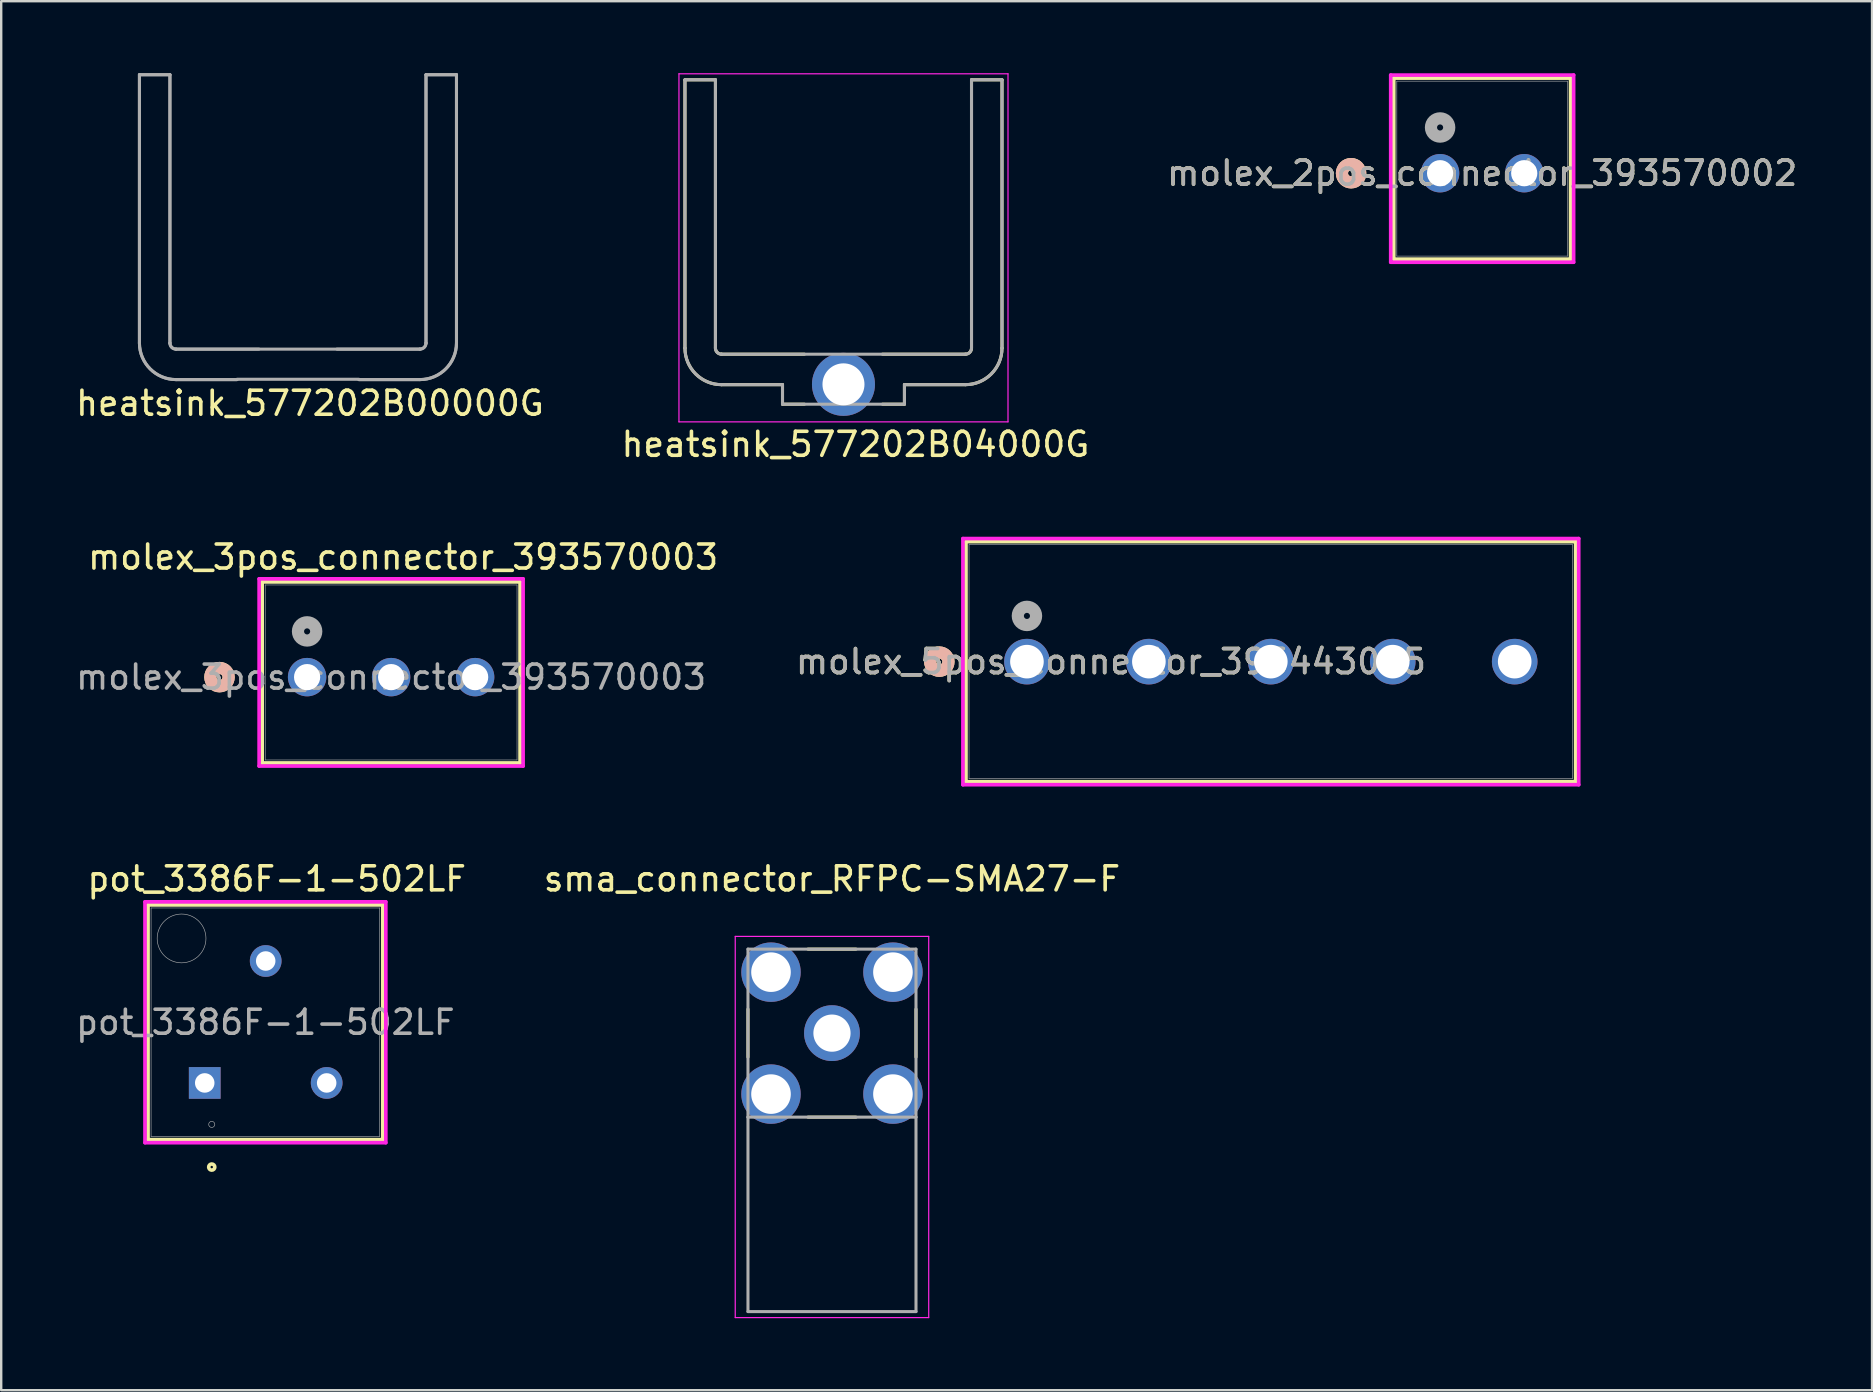
<source format=kicad_pcb>
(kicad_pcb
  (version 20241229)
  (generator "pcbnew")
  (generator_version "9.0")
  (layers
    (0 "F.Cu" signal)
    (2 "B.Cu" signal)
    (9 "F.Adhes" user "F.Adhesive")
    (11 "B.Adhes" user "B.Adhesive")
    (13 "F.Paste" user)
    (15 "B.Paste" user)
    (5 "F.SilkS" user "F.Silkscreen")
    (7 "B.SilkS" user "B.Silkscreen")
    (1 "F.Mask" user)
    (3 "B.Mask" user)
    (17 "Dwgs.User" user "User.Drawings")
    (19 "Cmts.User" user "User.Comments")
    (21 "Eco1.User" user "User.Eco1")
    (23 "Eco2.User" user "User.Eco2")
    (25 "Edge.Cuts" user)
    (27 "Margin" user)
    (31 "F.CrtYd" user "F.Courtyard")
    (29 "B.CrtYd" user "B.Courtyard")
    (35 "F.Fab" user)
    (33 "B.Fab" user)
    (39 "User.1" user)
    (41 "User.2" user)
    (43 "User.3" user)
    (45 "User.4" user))
  (footprint "heatsink_577202B04000G"
    (layer "F.Cu")
    (at 32.089 12.962)
    (property "Reference" "heatsink_577202B04000G" (at 0.5 2.5 0) (layer "F.SilkS") (effects (font (size 1 1) (thickness 0.15))))
    (attr through_hole)
    (fp_line (start -6.604 -12.687) (end -6.604 -1.511) (stroke (width 0.127) (type solid)) (layer "F.SilkS"))
    (fp_line (start -5.334 -12.687) (end -6.604 -12.687) (stroke (width 0.127) (type solid)) (layer "F.SilkS"))
    (fp_line (start -5.334 -1.511) (end -5.334 -12.687) (stroke (width 0.127) (type solid)) (layer "F.SilkS"))
    (fp_line (start -5.08 0.013) (end -2.54 0.013) (stroke (width 0.127) (type solid)) (layer "F.SilkS"))
    (fp_line (start -2.54 0.013) (end -2.54 0.826) (stroke (width 0.127) (type solid)) (layer "F.SilkS"))
    (fp_line (start -2.54 0.826) (end -1.626 0.826) (stroke (width 0.127) (type solid)) (layer "F.SilkS"))
    (fp_line (start -1.626 -1.257) (end -5.08 -1.257) (stroke (width 0.127) (type solid)) (layer "F.SilkS"))
    (fp_line (start 1.626 0.826) (end 2.54 0.826) (stroke (width 0.127) (type solid)) (layer "F.SilkS"))
    (fp_line (start 2.54 0.013) (end 5.08 0.013) (stroke (width 0.127) (type solid)) (layer "F.SilkS"))
    (fp_line (start 2.54 0.826) (end 2.54 0.013) (stroke (width 0.127) (type solid)) (layer "F.SilkS"))
    (fp_line (start 5.08 -1.257) (end 1.625 -1.257) (stroke (width 0.127) (type solid)) (layer "F.SilkS"))
    (fp_line (start 5.334 -12.687) (end 5.334 -1.511) (stroke (width 0.127) (type solid)) (layer "F.SilkS"))
    (fp_line (start 6.604 -12.687) (end 5.334 -12.687) (stroke (width 0.127) (type solid)) (layer "F.SilkS"))
    (fp_line (start 6.604 -1.511) (end 6.604 -12.687) (stroke (width 0.127) (type solid)) (layer "F.SilkS"))
    (fp_arc (start -5.08 -1.2573) (mid -5.259605 -1.331695) (end -5.334 -1.5113) (stroke (width 0.127) (type solid)) (layer "F.SilkS"))
    (fp_arc (start -5.08 0.0127) (mid -6.157631 -0.433669) (end -6.604 -1.5113) (stroke (width 0.127) (type solid)) (layer "F.SilkS"))
    (fp_arc (start 5.334 -1.5113) (mid 5.259605 -1.331695) (end 5.08 -1.2573) (stroke (width 0.127) (type solid)) (layer "F.SilkS"))
    (fp_arc (start 6.604 -1.5113) (mid 6.157631 -0.433669) (end 5.08 0.0127) (stroke (width 0.127) (type solid)) (layer "F.SilkS"))
    (fp_line (start -6.854 -12.937) (end -6.854 1.562) (stroke (width 0.05) (type solid)) (layer "F.CrtYd"))
    (fp_line (start -6.854 1.562) (end 6.854 1.562) (stroke (width 0.05) (type solid)) (layer "F.CrtYd"))
    (fp_line (start 6.854 -12.937) (end -6.854 -12.937) (stroke (width 0.05) (type solid)) (layer "F.CrtYd"))
    (fp_line (start 6.854 1.562) (end 6.854 -12.937) (stroke (width 0.05) (type solid)) (layer "F.CrtYd"))
    (fp_line (start -6.604 -12.687) (end -6.604 -1.511) (stroke (width 0.127) (type solid)) (layer "F.Fab"))
    (fp_line (start -5.334 -12.687) (end -6.604 -12.687) (stroke (width 0.127) (type solid)) (layer "F.Fab"))
    (fp_line (start -5.334 -1.511) (end -5.334 -12.687) (stroke (width 0.127) (type solid)) (layer "F.Fab"))
    (fp_line (start -5.08 0.013) (end -2.54 0.013) (stroke (width 0.127) (type solid)) (layer "F.Fab"))
    (fp_line (start -2.54 0.013) (end -2.54 0.826) (stroke (width 0.127) (type solid)) (layer "F.Fab"))
    (fp_line (start -2.54 0.826) (end 2.54 0.826) (stroke (width 0.127) (type solid)) (layer "F.Fab"))
    (fp_line (start 2.54 0.013) (end 5.08 0.013) (stroke (width 0.127) (type solid)) (layer "F.Fab"))
    (fp_line (start 2.54 0.826) (end 2.54 0.013) (stroke (width 0.127) (type solid)) (layer "F.Fab"))
    (fp_line (start 5.08 -1.257) (end -5.08 -1.257) (stroke (width 0.127) (type solid)) (layer "F.Fab"))
    (fp_line (start 5.334 -12.687) (end 5.334 -1.511) (stroke (width 0.127) (type solid)) (layer "F.Fab"))
    (fp_line (start 6.604 -12.687) (end 5.334 -12.687) (stroke (width 0.127) (type solid)) (layer "F.Fab"))
    (fp_line (start 6.604 -1.511) (end 6.604 -12.687) (stroke (width 0.127) (type solid)) (layer "F.Fab"))
    (fp_arc (start -5.08 -1.2573) (mid -5.259605 -1.331695) (end -5.334 -1.5113) (stroke (width 0.127) (type solid)) (layer "F.Fab"))
    (fp_arc (start -5.08 0.0127) (mid -6.157631 -0.433669) (end -6.604 -1.5113) (stroke (width 0.127) (type solid)) (layer "F.Fab"))
    (fp_arc (start 5.334 -1.5113) (mid 5.259605 -1.331695) (end 5.08 -1.2573) (stroke (width 0.127) (type solid)) (layer "F.Fab"))
    (fp_arc (start 6.604 -1.5113) (mid 6.157631 -0.433669) (end 5.08 0.0127) (stroke (width 0.127) (type solid)) (layer "F.Fab"))
    (pad "1" thru_hole circle (at 0 0) (size 2.625 2.625) (drill 1.75) (layers "*.Cu" "*.Mask")))
  (footprint "molex_2pos_connector_393570002"
    (layer "F.Cu")
    (at 56.944 4.166)
    (property "Reference" "molex_2pos_connector_393570002" (at 1.753 0 0) (unlocked yes) (layer "F.SilkS") (effects (font (size 1 1) (thickness 0.15))))
    (attr through_hole)
    (fp_line (start -1.93 -3.962) (end -1.93 3.581) (stroke (width 0.152) (type solid)) (layer "F.SilkS"))
    (fp_line (start -1.93 3.581) (end 5.436 3.581) (stroke (width 0.152) (type solid)) (layer "F.SilkS"))
    (fp_line (start 5.436 -3.962) (end -1.93 -3.962) (stroke (width 0.152) (type solid)) (layer "F.SilkS"))
    (fp_line (start 5.436 3.581) (end 5.436 -3.962) (stroke (width 0.152) (type solid)) (layer "F.SilkS"))
    (fp_circle (center -3.708 0) (end -3.327 0) (stroke (width 0.508) (type solid)) (fill no) (layer "F.SilkS"))
    (fp_circle (center -3.708 0) (end -3.327 0) (stroke (width 0.508) (type solid)) (fill no) (layer "B.SilkS"))
    (fp_line (start -2.057 -4.089) (end -2.057 3.708) (stroke (width 0.152) (type solid)) (layer "F.CrtYd"))
    (fp_line (start -2.057 3.708) (end 5.563 3.708) (stroke (width 0.152) (type solid)) (layer "F.CrtYd"))
    (fp_line (start 5.563 -4.089) (end -2.057 -4.089) (stroke (width 0.152) (type solid)) (layer "F.CrtYd"))
    (fp_line (start 5.563 3.708) (end 5.563 -4.089) (stroke (width 0.152) (type solid)) (layer "F.CrtYd"))
    (fp_line (start -1.803 -3.835) (end -1.803 3.454) (stroke (width 0.025) (type solid)) (layer "F.Fab"))
    (fp_line (start -1.803 3.454) (end 5.309 3.454) (stroke (width 0.025) (type solid)) (layer "F.Fab"))
    (fp_line (start 5.309 -3.835) (end -1.803 -3.835) (stroke (width 0.025) (type solid)) (layer "F.Fab"))
    (fp_line (start 5.309 3.454) (end 5.309 -3.835) (stroke (width 0.025) (type solid)) (layer "F.Fab"))
    (fp_circle (center 0 -1.905) (end 0.381 -1.905) (stroke (width 0.508) (type solid)) (fill no) (layer "F.Fab"))
    (fp_text user "${REFERENCE}" (at 1.753 0 0) (unlocked yes) (layer "F.Fab") (effects (font (size 1 1) (thickness 0.15))))
    (pad "1" thru_hole circle (at 0 0) (size 1.6 1.6) (drill 1.092) (layers "*.Cu" "*.Mask"))
    (pad "2" thru_hole circle (at 3.505 0) (size 1.6 1.6) (drill 1.092) (layers "*.Cu" "*.Mask")))
  (footprint "sma_connector_RFPC-SMA27-F"
    (layer "F.Cu")
    (at 31.61 39.99)
    (property "Reference" "sma_connector_RFPC-SMA27-F" (at 0 -6.425 0) (layer "F.SilkS") (effects (font (size 1 1) (thickness 0.15))))
    (attr through_hole)
    (fp_line (start -3.5 -1) (end -3.5 1) (stroke (width 0.127) (type solid)) (layer "F.SilkS"))
    (fp_line (start -1 -3.5) (end 1 -3.5) (stroke (width 0.127) (type solid)) (layer "F.SilkS"))
    (fp_line (start -1 3.5) (end 1 3.5) (stroke (width 0.127) (type solid)) (layer "F.SilkS"))
    (fp_line (start 3.5 -1) (end 3.5 1) (stroke (width 0.127) (type solid)) (layer "F.SilkS"))
    (fp_line (start -4.03 -4.03) (end -4.03 11.85) (stroke (width 0.05) (type solid)) (layer "F.CrtYd"))
    (fp_line (start -4.03 11.85) (end 4.03 11.85) (stroke (width 0.05) (type solid)) (layer "F.CrtYd"))
    (fp_line (start 4.03 -4.03) (end -4.03 -4.03) (stroke (width 0.05) (type solid)) (layer "F.CrtYd"))
    (fp_line (start 4.03 11.85) (end 4.03 -4.03) (stroke (width 0.05) (type solid)) (layer "F.CrtYd"))
    (fp_line (start -3.5 -3.5) (end -3.5 3.5) (stroke (width 0.127) (type solid)) (layer "F.Fab"))
    (fp_line (start -3.5 3.5) (end -3.5 11.6) (stroke (width 0.127) (type solid)) (layer "F.Fab"))
    (fp_line (start -3.5 3.5) (end 3.5 3.5) (stroke (width 0.127) (type solid)) (layer "F.Fab"))
    (fp_line (start -3.5 11.6) (end 3.5 11.6) (stroke (width 0.127) (type solid)) (layer "F.Fab"))
    (fp_line (start 3.5 -3.5) (end -3.5 -3.5) (stroke (width 0.127) (type solid)) (layer "F.Fab"))
    (fp_line (start 3.5 3.5) (end 3.5 -3.5) (stroke (width 0.127) (type solid)) (layer "F.Fab"))
    (fp_line (start 3.5 11.6) (end 3.5 3.5) (stroke (width 0.127) (type solid)) (layer "F.Fab"))
    (pad "1" thru_hole circle (at 0 0) (size 2.325 2.325) (drill 1.55) (layers "*.Cu" "*.Mask"))
    (pad "2" thru_hole circle (at -2.54 -2.54) (size 2.475 2.475) (drill 1.65) (layers "*.Cu" "*.Mask"))
    (pad "2" thru_hole circle (at -2.54 2.54) (size 2.475 2.475) (drill 1.65) (layers "*.Cu" "*.Mask"))
    (pad "2" thru_hole circle (at 2.54 -2.54) (size 2.475 2.475) (drill 1.65) (layers "*.Cu" "*.Mask"))
    (pad "2" thru_hole circle (at 2.54 2.54) (size 2.475 2.475) (drill 1.65) (layers "*.Cu" "*.Mask")))
  (footprint "molex_3pos_connector_393570003"
    (layer "F.Cu")
    (at 9.744 25.159)
    (property "Reference" "molex_3pos_connector_393570003" (at 4 -5 0) (unlocked yes) (layer "F.SilkS") (effects (font (size 1 1) (thickness 0.15))))
    (attr through_hole)
    (fp_line (start -1.872 -3.967) (end -1.872 3.577) (stroke (width 0.152) (type solid)) (layer "F.SilkS"))
    (fp_line (start -1.872 3.577) (end 8.872 3.577) (stroke (width 0.152) (type solid)) (layer "F.SilkS"))
    (fp_line (start 8.872 -3.967) (end -1.872 -3.967) (stroke (width 0.152) (type solid)) (layer "F.SilkS"))
    (fp_line (start 8.872 3.577) (end 8.872 -3.967) (stroke (width 0.152) (type solid)) (layer "F.SilkS"))
    (fp_circle (center -3.65 0) (end -3.269 0) (stroke (width 0.508) (type solid)) (fill no) (layer "F.SilkS"))
    (fp_circle (center -3.65 0) (end -3.269 0) (stroke (width 0.508) (type solid)) (fill no) (layer "B.SilkS"))
    (fp_line (start -1.999 -4.094) (end -1.999 3.704) (stroke (width 0.152) (type solid)) (layer "F.CrtYd"))
    (fp_line (start -1.999 3.704) (end 8.999 3.704) (stroke (width 0.152) (type solid)) (layer "F.CrtYd"))
    (fp_line (start 8.999 -4.094) (end -1.999 -4.094) (stroke (width 0.152) (type solid)) (layer "F.CrtYd"))
    (fp_line (start 8.999 3.704) (end 8.999 -4.094) (stroke (width 0.152) (type solid)) (layer "F.CrtYd"))
    (fp_line (start -1.745 -3.84) (end -1.745 3.45) (stroke (width 0.025) (type solid)) (layer "F.Fab"))
    (fp_line (start -1.745 3.45) (end 8.745 3.45) (stroke (width 0.025) (type solid)) (layer "F.Fab"))
    (fp_line (start 8.745 -3.84) (end -1.745 -3.84) (stroke (width 0.025) (type solid)) (layer "F.Fab"))
    (fp_line (start 8.745 3.45) (end 8.745 -3.84) (stroke (width 0.025) (type solid)) (layer "F.Fab"))
    (fp_circle (center 0 -1.905) (end 0.381 -1.905) (stroke (width 0.508) (type solid)) (fill no) (layer "F.Fab"))
    (fp_text user "${REFERENCE}" (at 3.5 0 0) (unlocked yes) (layer "F.Fab") (effects (font (size 1 1) (thickness 0.15))))
    (pad "1" thru_hole circle (at 0 0) (size 1.6 1.6) (drill 1.092) (layers "*.Cu" "*.Mask"))
    (pad "2" thru_hole circle (at 3.5 0) (size 1.6 1.6) (drill 1.092) (layers "*.Cu" "*.Mask"))
    (pad "3" thru_hole circle (at 7 0) (size 1.6 1.6) (drill 1.092) (layers "*.Cu" "*.Mask")))
  (footprint "molex_5pos_connector_395443005"
    (layer "F.Cu")
    (at 39.732 24.514)
    (property "Reference" "molex_5pos_connector_395443005" (at 3.5 0 0) (unlocked yes) (layer "F.SilkS") (effects (font (size 1 1) (thickness 0.15))))
    (attr through_hole)
    (fp_line (start -2.54 -5) (end -2.54 5) (stroke (width 0.152) (type solid)) (layer "F.SilkS"))
    (fp_line (start -2.54 5) (end 22.86 5) (stroke (width 0.152) (type solid)) (layer "F.SilkS"))
    (fp_line (start 22.86 -5) (end -2.54 -5) (stroke (width 0.152) (type solid)) (layer "F.SilkS"))
    (fp_line (start 22.86 5) (end 22.86 -5) (stroke (width 0.152) (type solid)) (layer "F.SilkS"))
    (fp_circle (center -3.65 0) (end -3.269 0) (stroke (width 0.508) (type solid)) (fill no) (layer "F.SilkS"))
    (fp_circle (center -3.65 0) (end -3.269 0) (stroke (width 0.508) (type solid)) (fill no) (layer "B.SilkS"))
    (fp_line (start -2.667 -5.127) (end -2.667 5.127) (stroke (width 0.152) (type solid)) (layer "F.CrtYd"))
    (fp_line (start -2.667 5.127) (end 22.987 5.127) (stroke (width 0.152) (type solid)) (layer "F.CrtYd"))
    (fp_line (start 22.987 -5.127) (end -2.667 -5.127) (stroke (width 0.152) (type solid)) (layer "F.CrtYd"))
    (fp_line (start 22.987 5.127) (end 22.987 -5.127) (stroke (width 0.152) (type solid)) (layer "F.CrtYd"))
    (fp_line (start -2.413 -4.873) (end -2.413 4.873) (stroke (width 0.025) (type solid)) (layer "F.Fab"))
    (fp_line (start -2.413 4.873) (end 22.733 4.873) (stroke (width 0.025) (type solid)) (layer "F.Fab"))
    (fp_line (start 22.733 -4.873) (end -2.413 -4.873) (stroke (width 0.025) (type solid)) (layer "F.Fab"))
    (fp_line (start 22.733 4.873) (end 22.733 -4.873) (stroke (width 0.025) (type solid)) (layer "F.Fab"))
    (fp_circle (center 0 -1.905) (end 0.381 -1.905) (stroke (width 0.508) (type solid)) (fill no) (layer "F.Fab"))
    (fp_text user "${REFERENCE}" (at 3.5 0 0) (unlocked yes) (layer "F.Fab") (effects (font (size 1 1) (thickness 0.15))))
    (pad "1" thru_hole circle (at 0 0) (size 1.9 1.9) (drill 1.4) (layers "*.Cu" "*.Mask"))
    (pad "2" thru_hole circle (at 5.08 0) (size 1.9 1.9) (drill 1.4) (layers "*.Cu" "*.Mask"))
    (pad "3" thru_hole circle (at 10.16 0) (size 1.9 1.9) (drill 1.4) (layers "*.Cu" "*.Mask"))
    (pad "4" thru_hole circle (at 15.24 0) (size 1.9 1.9) (drill 1.4) (layers "*.Cu" "*.Mask"))
    (pad "5" thru_hole circle (at 20.32 0) (size 1.9 1.9) (drill 1.4) (layers "*.Cu" "*.Mask")))
  (footprint "heatsink_577202B00000G"
    (layer "F.Cu")
    (at 9.363 12.751)
    (property "Reference" "heatsink_577202B00000G" (at 0.5 1 0) (layer "F.SilkS") (effects (font (size 1 1) (thickness 0.15))))
    (attr through_hole)
    (fp_line (start -6.604 -12.687) (end -6.604 -1.511) (stroke (width 0.127) (type solid)) (layer "F.Fab"))
    (fp_line (start -6.604 -12.687) (end -6.604 -1.511) (stroke (width 0.127) (type solid)) (layer "F.Fab"))
    (fp_line (start -5.334 -12.687) (end -6.604 -12.687) (stroke (width 0.127) (type solid)) (layer "F.Fab"))
    (fp_line (start -5.334 -12.687) (end -6.604 -12.687) (stroke (width 0.127) (type solid)) (layer "F.Fab"))
    (fp_line (start -5.334 -1.511) (end -5.334 -12.687) (stroke (width 0.127) (type solid)) (layer "F.Fab"))
    (fp_line (start -5.334 -1.511) (end -5.334 -12.687) (stroke (width 0.127) (type solid)) (layer "F.Fab"))
    (fp_line (start -5.08 0.013) (end -2.54 0.013) (stroke (width 0.127) (type solid)) (layer "F.Fab"))
    (fp_line (start -5.08 0.013) (end -2.54 0.013) (stroke (width 0.127) (type solid)) (layer "F.Fab"))
    (fp_line (start -2.54 0) (end 2.54 0) (stroke (width 0.127) (type solid)) (layer "F.Fab"))
    (fp_line (start -1.626 -1.257) (end -5.08 -1.257) (stroke (width 0.127) (type solid)) (layer "F.Fab"))
    (fp_line (start 2.54 0.013) (end 5.08 0.013) (stroke (width 0.127) (type solid)) (layer "F.Fab"))
    (fp_line (start 2.54 0.013) (end 5.08 0.013) (stroke (width 0.127) (type solid)) (layer "F.Fab"))
    (fp_line (start 5.08 -1.257) (end -5.08 -1.257) (stroke (width 0.127) (type solid)) (layer "F.Fab"))
    (fp_line (start 5.08 -1.257) (end 1.625 -1.257) (stroke (width 0.127) (type solid)) (layer "F.Fab"))
    (fp_line (start 5.334 -12.687) (end 5.334 -1.511) (stroke (width 0.127) (type solid)) (layer "F.Fab"))
    (fp_line (start 5.334 -12.687) (end 5.334 -1.511) (stroke (width 0.127) (type solid)) (layer "F.Fab"))
    (fp_line (start 6.604 -12.687) (end 5.334 -12.687) (stroke (width 0.127) (type solid)) (layer "F.Fab"))
    (fp_line (start 6.604 -12.687) (end 5.334 -12.687) (stroke (width 0.127) (type solid)) (layer "F.Fab"))
    (fp_line (start 6.604 -1.511) (end 6.604 -12.687) (stroke (width 0.127) (type solid)) (layer "F.Fab"))
    (fp_line (start 6.604 -1.511) (end 6.604 -12.687) (stroke (width 0.127) (type solid)) (layer "F.Fab"))
    (fp_arc (start -5.08 -1.2573) (mid -5.259605 -1.331695) (end -5.334 -1.5113) (stroke (width 0.127) (type solid)) (layer "F.Fab"))
    (fp_arc (start -5.08 -1.2573) (mid -5.259605 -1.331695) (end -5.334 -1.5113) (stroke (width 0.127) (type solid)) (layer "F.Fab"))
    (fp_arc (start -5.08 0.0127) (mid -6.157631 -0.433669) (end -6.604 -1.5113) (stroke (width 0.127) (type solid)) (layer "F.Fab"))
    (fp_arc (start -5.08 0.0127) (mid -6.157631 -0.433669) (end -6.604 -1.5113) (stroke (width 0.127) (type solid)) (layer "F.Fab"))
    (fp_arc (start 5.334 -1.5113) (mid 5.259605 -1.331695) (end 5.08 -1.2573) (stroke (width 0.127) (type solid)) (layer "F.Fab"))
    (fp_arc (start 5.334 -1.5113) (mid 5.259605 -1.331695) (end 5.08 -1.2573) (stroke (width 0.127) (type solid)) (layer "F.Fab"))
    (fp_arc (start 6.604 -1.5113) (mid 6.157631 -0.433669) (end 5.08 0.0127) (stroke (width 0.127) (type solid)) (layer "F.Fab"))
    (fp_arc (start 6.604 -1.5113) (mid 6.157631 -0.433669) (end 5.08 0.0127) (stroke (width 0.127) (type solid)) (layer "F.Fab")))
  (footprint "pot_3386F-1-502LF"
    (layer "F.Cu")
    (at 5.479 42.065)
    (property "Reference" "pot_3386F-1-502LF" (at 3 -8.5 0) (unlocked yes) (layer "F.SilkS") (effects (font (size 1 1) (thickness 0.15))))
    (attr through_hole)
    (fp_line (start -2.362 -7.417) (end -2.362 2.362) (stroke (width 0.152) (type solid)) (layer "F.SilkS"))
    (fp_line (start -2.362 2.362) (end 7.417 2.362) (stroke (width 0.152) (type solid)) (layer "F.SilkS"))
    (fp_line (start 7.417 -7.417) (end -2.362 -7.417) (stroke (width 0.152) (type solid)) (layer "F.SilkS"))
    (fp_line (start 7.417 2.362) (end 7.417 -7.417) (stroke (width 0.152) (type solid)) (layer "F.SilkS"))
    (fp_circle (center 0.292 3.505) (end 0.419 3.505) (stroke (width 0.152) (type solid)) (fill no) (layer "F.SilkS"))
    (fp_line (start -2.489 -7.544) (end 7.544 -7.544) (stroke (width 0.152) (type solid)) (layer "F.CrtYd"))
    (fp_line (start -2.489 2.489) (end -2.489 -7.544) (stroke (width 0.152) (type solid)) (layer "F.CrtYd"))
    (fp_line (start 7.544 -7.544) (end 7.544 2.489) (stroke (width 0.152) (type solid)) (layer "F.CrtYd"))
    (fp_line (start 7.544 2.489) (end -2.489 2.489) (stroke (width 0.152) (type solid)) (layer "F.CrtYd"))
    (fp_line (start -2.235 -7.29) (end -2.235 2.235) (stroke (width 0.025) (type solid)) (layer "F.Fab"))
    (fp_line (start -2.235 2.235) (end 7.29 2.235) (stroke (width 0.025) (type solid)) (layer "F.Fab"))
    (fp_line (start 7.29 -7.29) (end -2.235 -7.29) (stroke (width 0.025) (type solid)) (layer "F.Fab"))
    (fp_line (start 7.29 2.235) (end 7.29 -7.29) (stroke (width 0.025) (type solid)) (layer "F.Fab"))
    (fp_circle (center -0.965 -6.02) (end 0.051 -6.02) (stroke (width 0.025) (type solid)) (fill no) (layer "F.Fab"))
    (fp_circle (center 0.292 1.727) (end 0.419 1.727) (stroke (width 0.025) (type solid)) (fill no) (layer "F.Fab"))
    (fp_text user "${REFERENCE}" (at 2.527 -2.527 0) (unlocked yes) (layer "F.Fab") (effects (font (size 1 1) (thickness 0.15))))
    (pad "1" thru_hole rect (at 0 0) (size 1.321 1.321) (drill 0.813) (layers "*.Cu" "*.Mask"))
    (pad "2" thru_hole circle (at 2.54 -5.08) (size 1.321 1.321) (drill 0.813) (layers "*.Cu" "*.Mask"))
    (pad "3" thru_hole circle (at 5.08 0) (size 1.321 1.321) (drill 0.813) (layers "*.Cu" "*.Mask")))
  (gr_rect
    (start -3 -3)
    (end 74.94 54.865)
    (stroke (width 0.1) (type default))
    (fill no)
    (layer "Edge.Cuts")))
</source>
